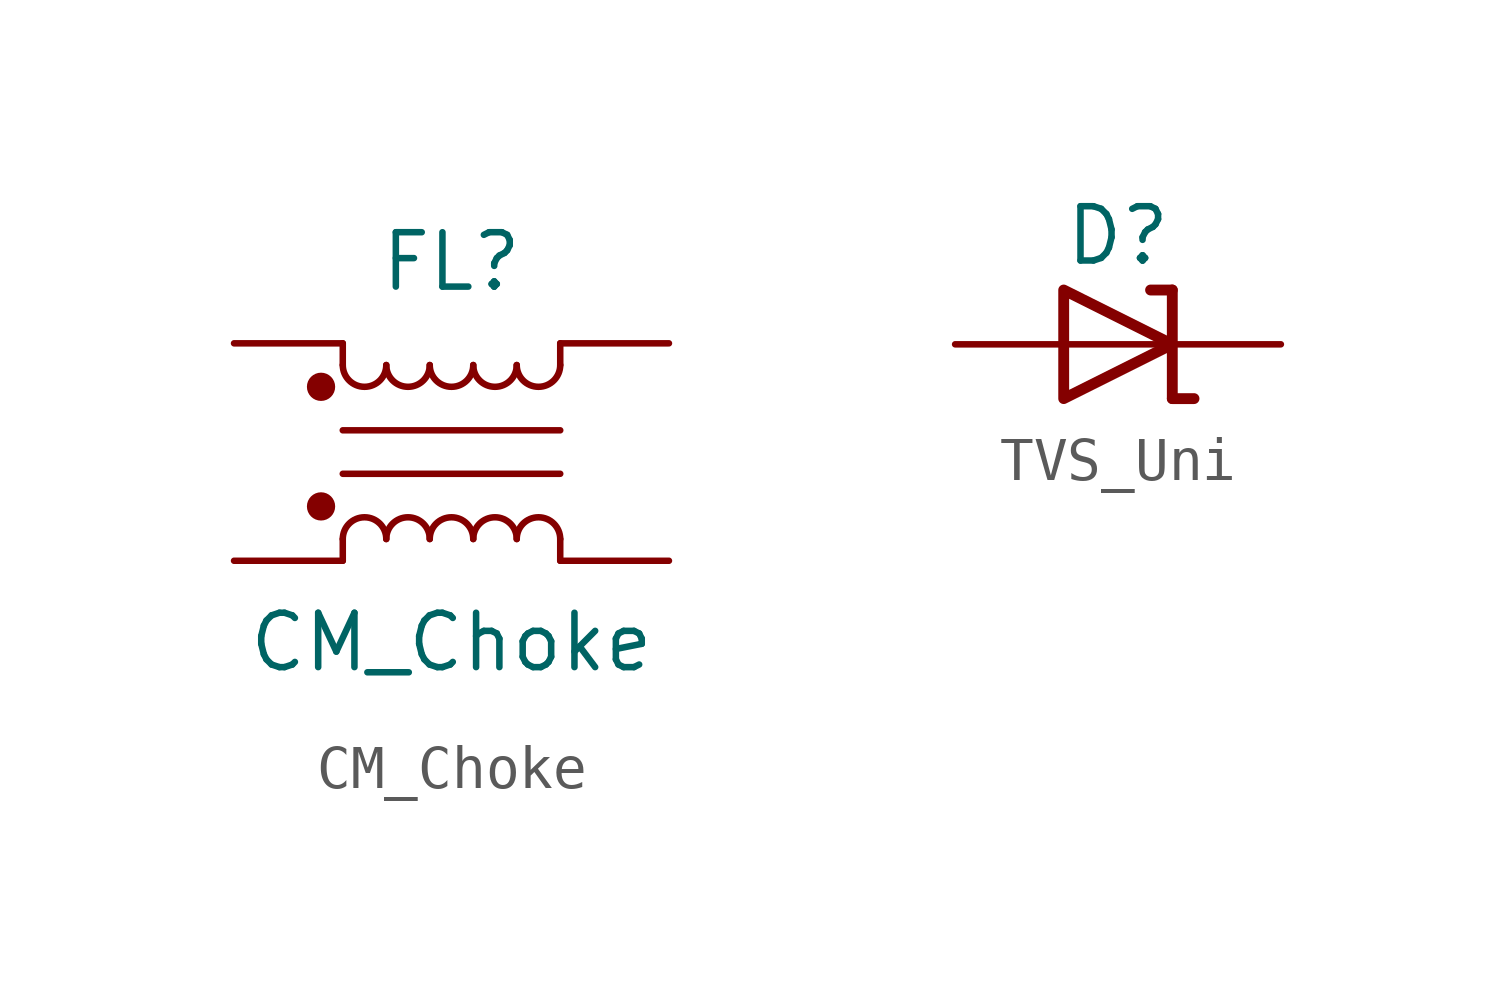
<source format=kicad_sym>
(kicad_symbol_lib
  (version 20220914)
  (generator kicad_symbol_editor)
  (symbol "CM_Choke"
    (pin_numbers hide)
    (pin_names
      (offset 0.254) hide)
    (property "Reference" "FL"
      (at 0 4.445 0)
      (effects (font (size 1.27 1.27))))
    (property "Value" "CM_Choke"
      (at 0 -4.445 0)
      (effects (font (size 1.27 1.27))))
    (symbol "CM_Choke_0_1"
      (circle (center -3.048 -1.27) (radius 0.254) (stroke (width 0) (type default)) (fill (type outline)))
      (circle (center -3.048 1.524) (radius 0.254) (stroke (width 0) (type default)) (fill (type outline)))
      (arc (start -2.54 2.032) (mid -2.032 1.5262) (end -1.524 2.032) (stroke (width 0) (type default)) (fill (type none)))
      (arc (start -1.524 -2.032) (mid -2.032 -1.5262) (end -2.54 -2.032) (stroke (width 0) (type default)) (fill (type none)))
      (arc (start -1.524 2.032) (mid -1.016 1.5262) (end -0.508 2.032) (stroke (width 0) (type default)) (fill (type none)))
      (arc (start -0.508 -2.032) (mid -1.016 -1.5262) (end -1.524 -2.032) (stroke (width 0) (type default)) (fill (type none)))
      (arc (start -0.508 2.032) (mid 0 1.5262) (end 0.508 2.032) (stroke (width 0) (type default)) (fill (type none)))
      (polyline (pts (xy -2.54 -2.032) (xy -2.54 -2.54)) (stroke (width 0) (type default)) (fill (type none)))
      (polyline (pts (xy -2.54 0.508) (xy 2.54 0.508)) (stroke (width 0) (type default)) (fill (type none)))
      (polyline (pts (xy -2.54 2.032) (xy -2.54 2.54)) (stroke (width 0) (type default)) (fill (type none)))
      (polyline (pts (xy 2.54 -2.032) (xy 2.54 -2.54)) (stroke (width 0) (type default)) (fill (type none)))
      (polyline (pts (xy 2.54 -0.508) (xy -2.54 -0.508)) (stroke (width 0) (type default)) (fill (type none)))
      (polyline (pts (xy 2.54 2.54) (xy 2.54 2.032)) (stroke (width 0) (type default)) (fill (type none)))
      (arc (start 0.508 -2.032) (mid 0 -1.5262) (end -0.508 -2.032) (stroke (width 0) (type default)) (fill (type none)))
      (arc (start 0.508 2.032) (mid 1.016 1.5262) (end 1.524 2.032) (stroke (width 0) (type default)) (fill (type none)))
      (arc (start 1.524 -2.032) (mid 1.016 -1.5262) (end 0.508 -2.032) (stroke (width 0) (type default)) (fill (type none)))
      (arc (start 1.524 2.032) (mid 2.032 1.5262) (end 2.54 2.032) (stroke (width 0) (type default)) (fill (type none)))
      (arc (start 2.54 -2.032) (mid 2.032 -1.5262) (end 1.524 -2.032) (stroke (width 0) (type default)) (fill (type none))))
    (symbol "CM_Choke_1_1"
      (pin passive line (at -5.08 2.54 0) (length 2.54) (name "1" (effects (font (size 1.27 1.27)))) (number "1" (effects (font (size 1.27 1.27)))))
      (pin passive line (at 5.08 2.54 180) (length 2.54) (name "2" (effects (font (size 1.27 1.27)))) (number "2" (effects (font (size 1.27 1.27)))))
      (pin passive line (at -5.08 -2.54 0) (length 2.54) (name "3" (effects (font (size 1.27 1.27)))) (number "3" (effects (font (size 1.27 1.27)))))
      (pin passive line (at 5.08 -2.54 180) (length 2.54) (name "4" (effects (font (size 1.27 1.27)))) (number "4" (effects (font (size 1.27 1.27)))))))
  (symbol "TVS_Uni"
    (pin_numbers hide)
    (pin_names hide)
    (property "Reference" "D"
      (at 0 2.54 0)
      (effects (font (size 1.27 1.27))))
    (property "Value" ""
      (at 0 0 0)
      (effects (font (size 1.27 1.27))))
    (symbol "TVS_Uni_0_1"
      (polyline (pts (xy -1.27 0) (xy 1.27 0)) (stroke (width 0) (type default)) (fill (type none)))
      (polyline (pts (xy 1.27 -1.27) (xy 1.27 1.27)) (stroke (width 0.254) (type default)) (fill (type none)))
      (polyline (pts (xy -1.27 -1.27) (xy -1.27 1.27) (xy 1.27 0) (xy -1.27 -1.27)) (stroke (width 0.254) (type default)) (fill (type none))))
    (symbol "TVS_Uni_1_1"
      (polyline (pts (xy 1.27 -1.27) (xy 1.778 -1.27)) (stroke (width 0.254) (type default)) (fill (type none)))
      (polyline (pts (xy 1.27 1.27) (xy 0.762 1.27)) (stroke (width 0.254) (type default)) (fill (type none)))
      (pin passive line (at 3.81 0 180) (length 2.54) (name "K" (effects (font (size 1.27 1.27)))) (number "1" (effects (font (size 1.27 1.27)))))
      (pin passive line (at -3.81 0 0) (length 2.54) (name "A" (effects (font (size 1.27 1.27)))) (number "2" (effects (font (size 1.27 1.27))))))))
</source>
